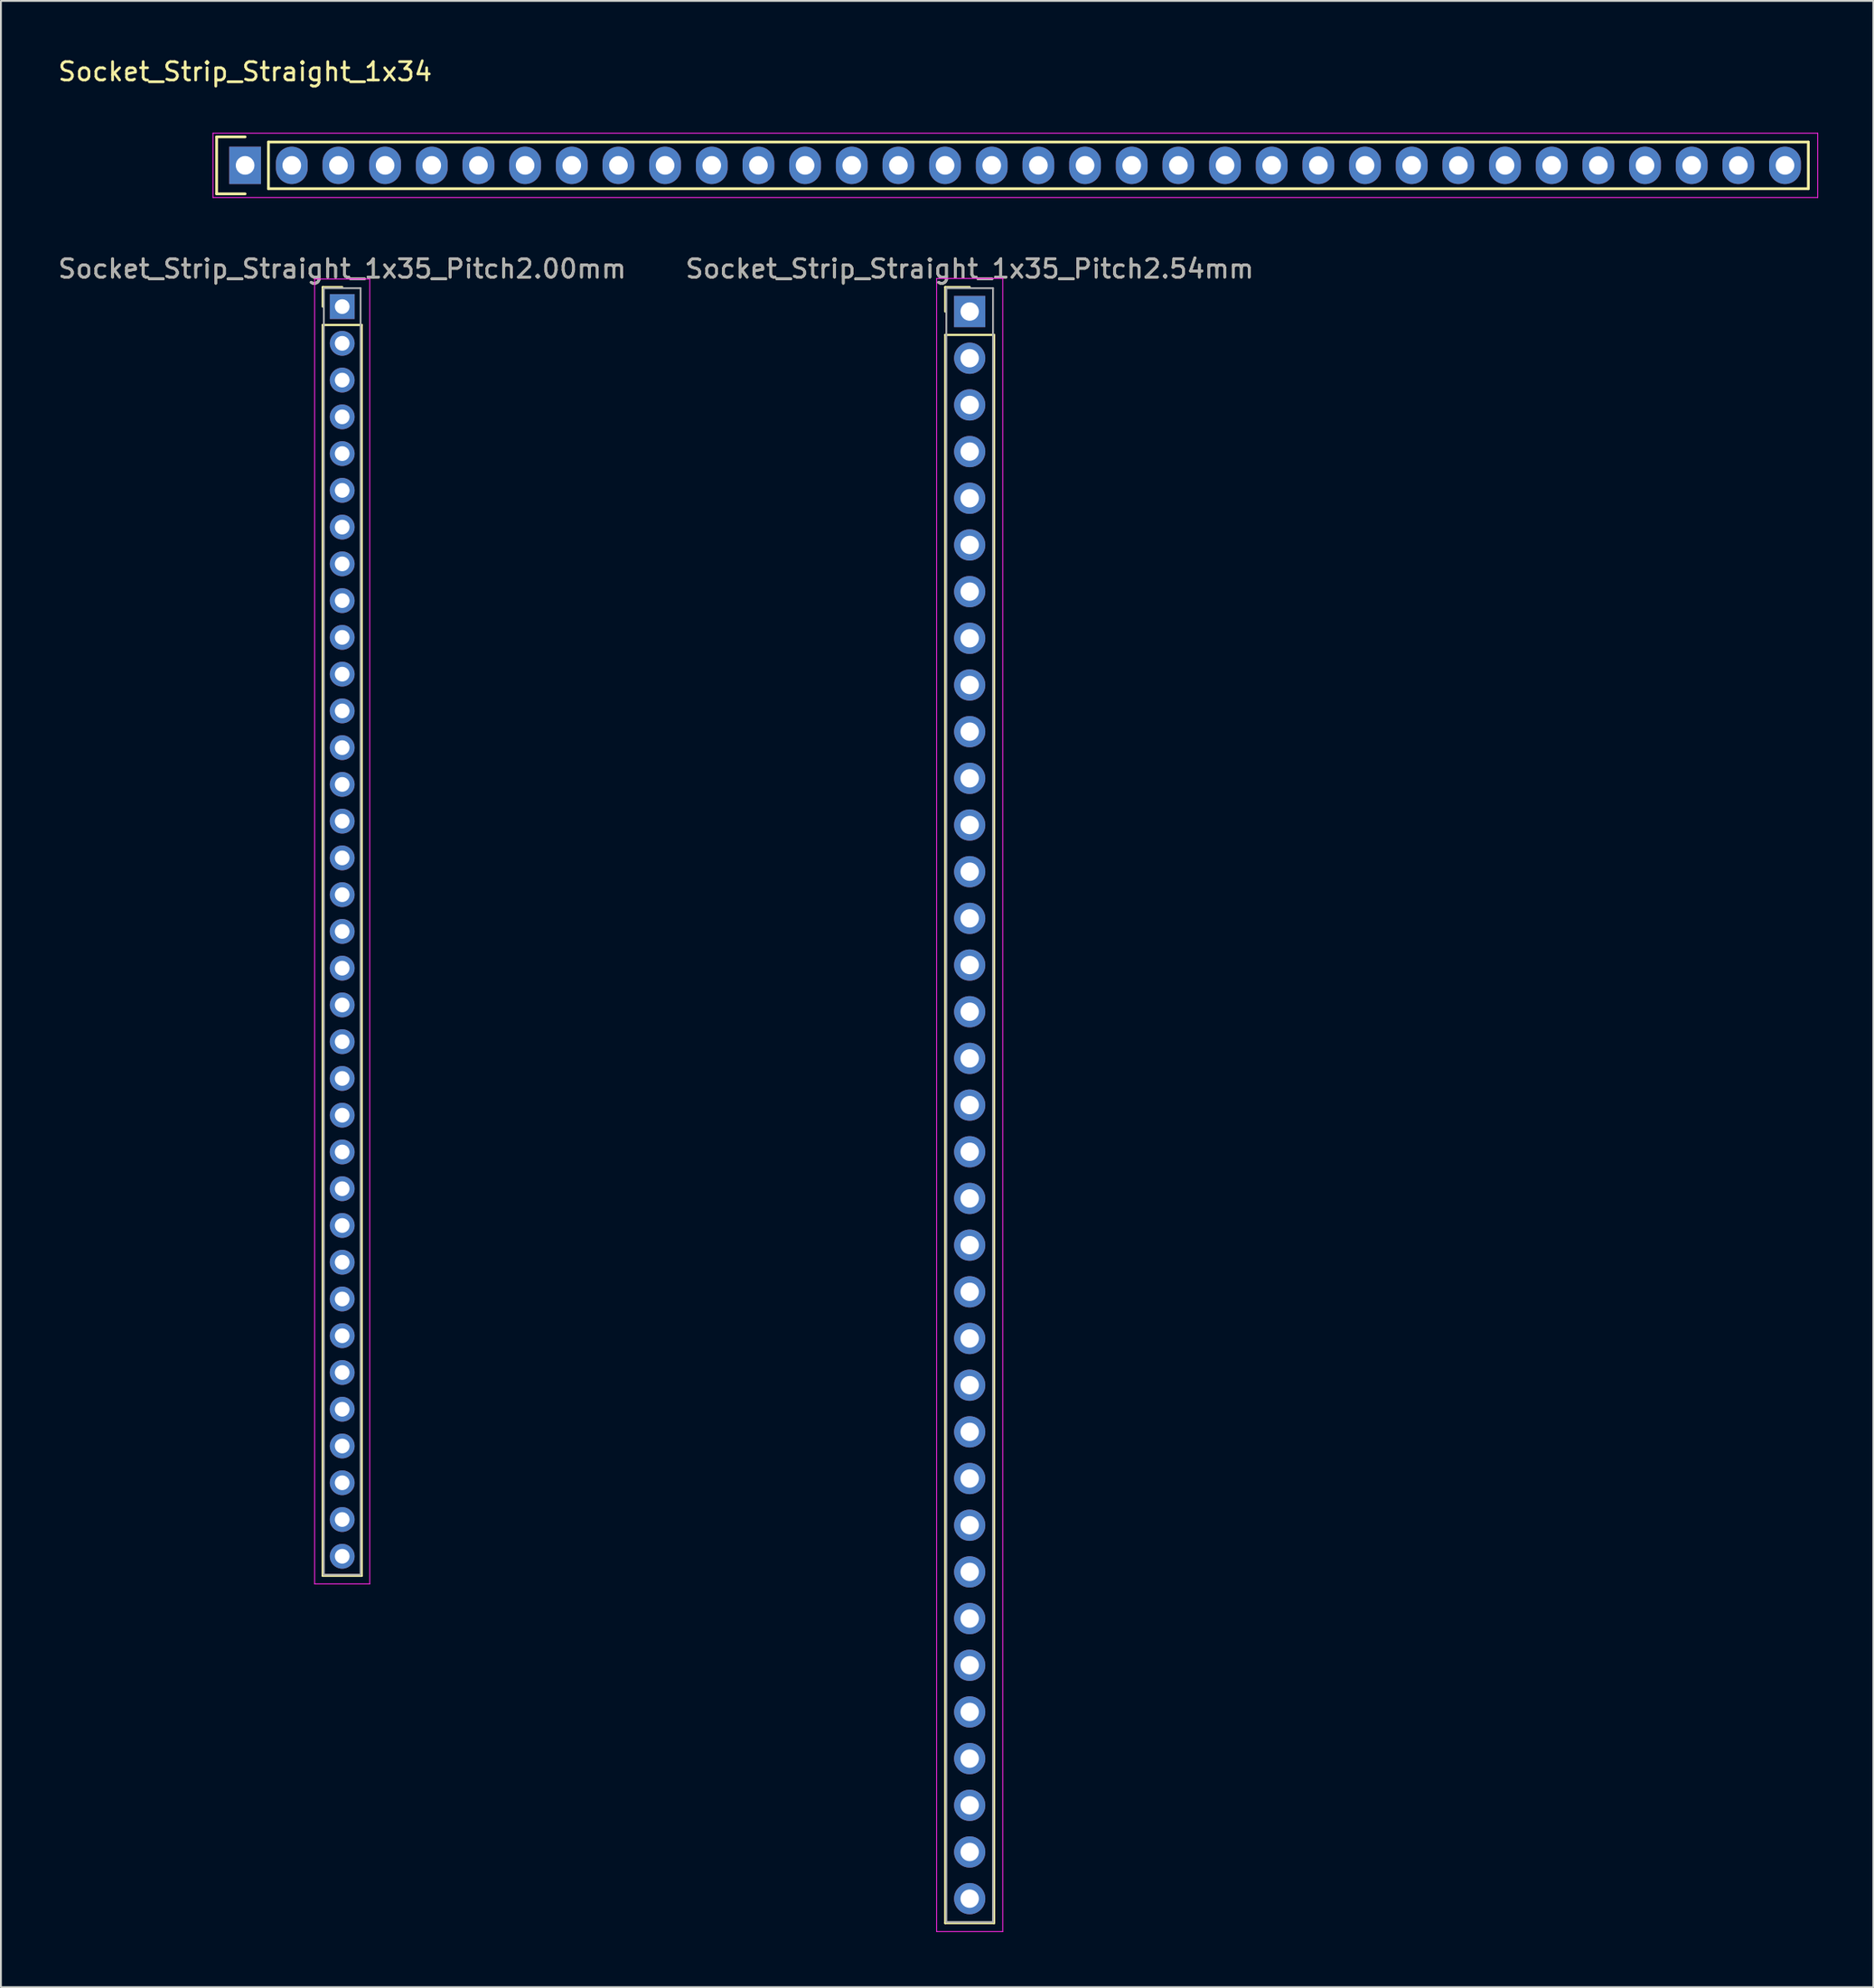
<source format=kicad_pcb>
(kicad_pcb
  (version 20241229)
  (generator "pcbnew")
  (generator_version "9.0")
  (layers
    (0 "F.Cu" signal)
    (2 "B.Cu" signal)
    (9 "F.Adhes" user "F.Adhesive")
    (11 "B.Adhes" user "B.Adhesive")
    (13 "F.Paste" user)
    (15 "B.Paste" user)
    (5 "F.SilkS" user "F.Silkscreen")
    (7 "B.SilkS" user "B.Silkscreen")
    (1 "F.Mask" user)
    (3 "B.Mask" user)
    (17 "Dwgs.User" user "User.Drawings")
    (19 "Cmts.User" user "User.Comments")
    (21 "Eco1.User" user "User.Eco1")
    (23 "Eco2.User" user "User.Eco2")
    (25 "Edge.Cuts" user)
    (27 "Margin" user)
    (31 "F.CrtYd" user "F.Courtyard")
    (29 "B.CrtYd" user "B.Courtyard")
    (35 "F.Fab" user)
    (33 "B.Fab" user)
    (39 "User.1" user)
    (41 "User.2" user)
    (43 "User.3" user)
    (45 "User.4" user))
  (footprint "Socket_Strip_Straight_1x34"
    (layer "F.Cu")
    (at 10.292 5.948)
    (property "Reference" "Socket_Strip_Straight_1x34" (at 0 -5.1 0) (layer "F.SilkS") (effects (font (size 1 1) (thickness 0.15))))
    (attr through_hole)
    (fp_line (start -1.55 -1.55) (end -1.55 1.55) (stroke (width 0.15) (type solid)) (layer "F.SilkS"))
    (fp_line (start -1.55 1.55) (end 0 1.55) (stroke (width 0.15) (type solid)) (layer "F.SilkS"))
    (fp_line (start 0 -1.55) (end -1.55 -1.55) (stroke (width 0.15) (type solid)) (layer "F.SilkS"))
    (fp_line (start 1.27 -1.27) (end 85.09 -1.27) (stroke (width 0.15) (type solid)) (layer "F.SilkS"))
    (fp_line (start 1.27 1.27) (end 1.27 -1.27) (stroke (width 0.15) (type solid)) (layer "F.SilkS"))
    (fp_line (start 85.09 -1.27) (end 85.09 1.27) (stroke (width 0.15) (type solid)) (layer "F.SilkS"))
    (fp_line (start 85.09 1.27) (end 1.27 1.27) (stroke (width 0.15) (type solid)) (layer "F.SilkS"))
    (fp_line (start -1.75 -1.75) (end -1.75 1.75) (stroke (width 0.05) (type solid)) (layer "F.CrtYd"))
    (fp_line (start -1.75 -1.75) (end 85.6 -1.75) (stroke (width 0.05) (type solid)) (layer "F.CrtYd"))
    (fp_line (start -1.75 1.75) (end 85.6 1.75) (stroke (width 0.05) (type solid)) (layer "F.CrtYd"))
    (fp_line (start 85.6 -1.75) (end 85.6 1.75) (stroke (width 0.05) (type solid)) (layer "F.CrtYd"))
    (pad "1" thru_hole rect (at 0 0) (size 1.727 2.032) (drill 1.016) (layers "*.Cu" "*.Mask"))
    (pad "2" thru_hole oval (at 2.54 0) (size 1.727 2.032) (drill 1.016) (layers "*.Cu" "*.Mask"))
    (pad "3" thru_hole oval (at 5.08 0) (size 1.727 2.032) (drill 1.016) (layers "*.Cu" "*.Mask"))
    (pad "4" thru_hole oval (at 7.62 0) (size 1.727 2.032) (drill 1.016) (layers "*.Cu" "*.Mask"))
    (pad "5" thru_hole oval (at 10.16 0) (size 1.727 2.032) (drill 1.016) (layers "*.Cu" "*.Mask"))
    (pad "6" thru_hole oval (at 12.7 0) (size 1.727 2.032) (drill 1.016) (layers "*.Cu" "*.Mask"))
    (pad "7" thru_hole oval (at 15.24 0) (size 1.727 2.032) (drill 1.016) (layers "*.Cu" "*.Mask"))
    (pad "8" thru_hole oval (at 17.78 0) (size 1.727 2.032) (drill 1.016) (layers "*.Cu" "*.Mask"))
    (pad "9" thru_hole oval (at 20.32 0) (size 1.727 2.032) (drill 1.016) (layers "*.Cu" "*.Mask"))
    (pad "10" thru_hole oval (at 22.86 0) (size 1.727 2.032) (drill 1.016) (layers "*.Cu" "*.Mask"))
    (pad "11" thru_hole oval (at 25.4 0) (size 1.727 2.032) (drill 1.016) (layers "*.Cu" "*.Mask"))
    (pad "12" thru_hole oval (at 27.94 0) (size 1.727 2.032) (drill 1.016) (layers "*.Cu" "*.Mask"))
    (pad "13" thru_hole oval (at 30.48 0) (size 1.727 2.032) (drill 1.016) (layers "*.Cu" "*.Mask"))
    (pad "14" thru_hole oval (at 33.02 0) (size 1.727 2.032) (drill 1.016) (layers "*.Cu" "*.Mask"))
    (pad "15" thru_hole oval (at 35.56 0) (size 1.727 2.032) (drill 1.016) (layers "*.Cu" "*.Mask"))
    (pad "16" thru_hole oval (at 38.1 0) (size 1.727 2.032) (drill 1.016) (layers "*.Cu" "*.Mask"))
    (pad "17" thru_hole oval (at 40.64 0) (size 1.727 2.032) (drill 1.016) (layers "*.Cu" "*.Mask"))
    (pad "18" thru_hole oval (at 43.18 0) (size 1.727 2.032) (drill 1.016) (layers "*.Cu" "*.Mask"))
    (pad "19" thru_hole oval (at 45.72 0) (size 1.727 2.032) (drill 1.016) (layers "*.Cu" "*.Mask"))
    (pad "20" thru_hole oval (at 48.26 0) (size 1.727 2.032) (drill 1.016) (layers "*.Cu" "*.Mask"))
    (pad "21" thru_hole oval (at 50.8 0) (size 1.727 2.032) (drill 1.016) (layers "*.Cu" "*.Mask"))
    (pad "22" thru_hole oval (at 53.34 0) (size 1.727 2.032) (drill 1.016) (layers "*.Cu" "*.Mask"))
    (pad "23" thru_hole oval (at 55.88 0) (size 1.727 2.032) (drill 1.016) (layers "*.Cu" "*.Mask"))
    (pad "24" thru_hole oval (at 58.42 0) (size 1.727 2.032) (drill 1.016) (layers "*.Cu" "*.Mask"))
    (pad "25" thru_hole oval (at 60.96 0) (size 1.727 2.032) (drill 1.016) (layers "*.Cu" "*.Mask"))
    (pad "26" thru_hole oval (at 63.5 0) (size 1.727 2.032) (drill 1.016) (layers "*.Cu" "*.Mask"))
    (pad "27" thru_hole oval (at 66.04 0) (size 1.727 2.032) (drill 1.016) (layers "*.Cu" "*.Mask"))
    (pad "28" thru_hole oval (at 68.58 0) (size 1.727 2.032) (drill 1.016) (layers "*.Cu" "*.Mask"))
    (pad "29" thru_hole oval (at 71.12 0) (size 1.727 2.032) (drill 1.016) (layers "*.Cu" "*.Mask"))
    (pad "30" thru_hole oval (at 73.66 0) (size 1.727 2.032) (drill 1.016) (layers "*.Cu" "*.Mask"))
    (pad "31" thru_hole oval (at 76.2 0) (size 1.727 2.032) (drill 1.016) (layers "*.Cu" "*.Mask"))
    (pad "32" thru_hole oval (at 78.74 0) (size 1.727 2.032) (drill 1.016) (layers "*.Cu" "*.Mask"))
    (pad "33" thru_hole oval (at 81.28 0) (size 1.727 2.032) (drill 1.016) (layers "*.Cu" "*.Mask"))
    (pad "34" thru_hole oval (at 83.82 0) (size 1.727 2.032) (drill 1.016) (layers "*.Cu" "*.Mask")))
  (footprint "Socket_Strip_Straight_1x35_Pitch2.54mm"
    (layer "F.Cu")
    (at 49.732 13.902)
    (property "Reference" "Socket_Strip_Straight_1x35_Pitch2.54mm" (at 0 -2.33 0) (layer "F.SilkS") (effects (font (size 1 1) (thickness 0.15))))
    (attr through_hole)
    (fp_line (start -1.33 -1.33) (end 0 -1.33) (stroke (width 0.12) (type solid)) (layer "F.SilkS"))
    (fp_line (start -1.33 0) (end -1.33 -1.33) (stroke (width 0.12) (type solid)) (layer "F.SilkS"))
    (fp_line (start -1.33 1.27) (end -1.33 87.69) (stroke (width 0.12) (type solid)) (layer "F.SilkS"))
    (fp_line (start -1.33 87.69) (end 1.33 87.69) (stroke (width 0.12) (type solid)) (layer "F.SilkS"))
    (fp_line (start 1.33 1.27) (end -1.33 1.27) (stroke (width 0.12) (type solid)) (layer "F.SilkS"))
    (fp_line (start 1.33 87.69) (end 1.33 1.27) (stroke (width 0.12) (type solid)) (layer "F.SilkS"))
    (fp_line (start -1.8 -1.8) (end -1.8 88.15) (stroke (width 0.05) (type solid)) (layer "F.CrtYd"))
    (fp_line (start -1.8 88.15) (end 1.8 88.15) (stroke (width 0.05) (type solid)) (layer "F.CrtYd"))
    (fp_line (start 1.8 -1.8) (end -1.8 -1.8) (stroke (width 0.05) (type solid)) (layer "F.CrtYd"))
    (fp_line (start 1.8 88.15) (end 1.8 -1.8) (stroke (width 0.05) (type solid)) (layer "F.CrtYd"))
    (fp_line (start -1.27 -1.27) (end -1.27 87.63) (stroke (width 0.1) (type solid)) (layer "F.Fab"))
    (fp_line (start -1.27 87.63) (end 1.27 87.63) (stroke (width 0.1) (type solid)) (layer "F.Fab"))
    (fp_line (start 1.27 -1.27) (end -1.27 -1.27) (stroke (width 0.1) (type solid)) (layer "F.Fab"))
    (fp_line (start 1.27 87.63) (end 1.27 -1.27) (stroke (width 0.1) (type solid)) (layer "F.Fab"))
    (fp_text user "${REFERENCE}" (at 0 -2.33 0) (layer "F.Fab") (effects (font (size 1 1) (thickness 0.15))))
    (pad "1" thru_hole rect (at 0 0) (size 1.7 1.7) (drill 1) (layers "*.Cu" "*.Mask"))
    (pad "2" thru_hole oval (at 0 2.54) (size 1.7 1.7) (drill 1) (layers "*.Cu" "*.Mask"))
    (pad "3" thru_hole oval (at 0 5.08) (size 1.7 1.7) (drill 1) (layers "*.Cu" "*.Mask"))
    (pad "4" thru_hole oval (at 0 7.62) (size 1.7 1.7) (drill 1) (layers "*.Cu" "*.Mask"))
    (pad "5" thru_hole oval (at 0 10.16) (size 1.7 1.7) (drill 1) (layers "*.Cu" "*.Mask"))
    (pad "6" thru_hole oval (at 0 12.7) (size 1.7 1.7) (drill 1) (layers "*.Cu" "*.Mask"))
    (pad "7" thru_hole oval (at 0 15.24) (size 1.7 1.7) (drill 1) (layers "*.Cu" "*.Mask"))
    (pad "8" thru_hole oval (at 0 17.78) (size 1.7 1.7) (drill 1) (layers "*.Cu" "*.Mask"))
    (pad "9" thru_hole oval (at 0 20.32) (size 1.7 1.7) (drill 1) (layers "*.Cu" "*.Mask"))
    (pad "10" thru_hole oval (at 0 22.86) (size 1.7 1.7) (drill 1) (layers "*.Cu" "*.Mask"))
    (pad "11" thru_hole oval (at 0 25.4) (size 1.7 1.7) (drill 1) (layers "*.Cu" "*.Mask"))
    (pad "12" thru_hole oval (at 0 27.94) (size 1.7 1.7) (drill 1) (layers "*.Cu" "*.Mask"))
    (pad "13" thru_hole oval (at 0 30.48) (size 1.7 1.7) (drill 1) (layers "*.Cu" "*.Mask"))
    (pad "14" thru_hole oval (at 0 33.02) (size 1.7 1.7) (drill 1) (layers "*.Cu" "*.Mask"))
    (pad "15" thru_hole oval (at 0 35.56) (size 1.7 1.7) (drill 1) (layers "*.Cu" "*.Mask"))
    (pad "16" thru_hole oval (at 0 38.1) (size 1.7 1.7) (drill 1) (layers "*.Cu" "*.Mask"))
    (pad "17" thru_hole oval (at 0 40.64) (size 1.7 1.7) (drill 1) (layers "*.Cu" "*.Mask"))
    (pad "18" thru_hole oval (at 0 43.18) (size 1.7 1.7) (drill 1) (layers "*.Cu" "*.Mask"))
    (pad "19" thru_hole oval (at 0 45.72) (size 1.7 1.7) (drill 1) (layers "*.Cu" "*.Mask"))
    (pad "20" thru_hole oval (at 0 48.26) (size 1.7 1.7) (drill 1) (layers "*.Cu" "*.Mask"))
    (pad "21" thru_hole oval (at 0 50.8) (size 1.7 1.7) (drill 1) (layers "*.Cu" "*.Mask"))
    (pad "22" thru_hole oval (at 0 53.34) (size 1.7 1.7) (drill 1) (layers "*.Cu" "*.Mask"))
    (pad "23" thru_hole oval (at 0 55.88) (size 1.7 1.7) (drill 1) (layers "*.Cu" "*.Mask"))
    (pad "24" thru_hole oval (at 0 58.42) (size 1.7 1.7) (drill 1) (layers "*.Cu" "*.Mask"))
    (pad "25" thru_hole oval (at 0 60.96) (size 1.7 1.7) (drill 1) (layers "*.Cu" "*.Mask"))
    (pad "26" thru_hole oval (at 0 63.5) (size 1.7 1.7) (drill 1) (layers "*.Cu" "*.Mask"))
    (pad "27" thru_hole oval (at 0 66.04) (size 1.7 1.7) (drill 1) (layers "*.Cu" "*.Mask"))
    (pad "28" thru_hole oval (at 0 68.58) (size 1.7 1.7) (drill 1) (layers "*.Cu" "*.Mask"))
    (pad "29" thru_hole oval (at 0 71.12) (size 1.7 1.7) (drill 1) (layers "*.Cu" "*.Mask"))
    (pad "30" thru_hole oval (at 0 73.66) (size 1.7 1.7) (drill 1) (layers "*.Cu" "*.Mask"))
    (pad "31" thru_hole oval (at 0 76.2) (size 1.7 1.7) (drill 1) (layers "*.Cu" "*.Mask"))
    (pad "32" thru_hole oval (at 0 78.74) (size 1.7 1.7) (drill 1) (layers "*.Cu" "*.Mask"))
    (pad "33" thru_hole oval (at 0 81.28) (size 1.7 1.7) (drill 1) (layers "*.Cu" "*.Mask"))
    (pad "34" thru_hole oval (at 0 83.82) (size 1.7 1.7) (drill 1) (layers "*.Cu" "*.Mask"))
    (pad "35" thru_hole oval (at 0 86.36) (size 1.7 1.7) (drill 1) (layers "*.Cu" "*.Mask")))
  (footprint "Socket_Strip_Straight_1x35_Pitch2.00mm"
    (layer "F.Cu")
    (at 15.577 13.632)
    (property "Reference" "Socket_Strip_Straight_1x35_Pitch2.00mm" (at 0 -2.06 0) (layer "F.SilkS") (effects (font (size 1 1) (thickness 0.15))))
    (attr through_hole)
    (fp_line (start -1.06 -1.06) (end 0 -1.06) (stroke (width 0.12) (type solid)) (layer "F.SilkS"))
    (fp_line (start -1.06 0) (end -1.06 -1.06) (stroke (width 0.12) (type solid)) (layer "F.SilkS"))
    (fp_line (start -1.06 1) (end -1.06 69.06) (stroke (width 0.12) (type solid)) (layer "F.SilkS"))
    (fp_line (start -1.06 69.06) (end 1.06 69.06) (stroke (width 0.12) (type solid)) (layer "F.SilkS"))
    (fp_line (start 1.06 1) (end -1.06 1) (stroke (width 0.12) (type solid)) (layer "F.SilkS"))
    (fp_line (start 1.06 69.06) (end 1.06 1) (stroke (width 0.12) (type solid)) (layer "F.SilkS"))
    (fp_line (start -1.5 -1.5) (end -1.5 69.5) (stroke (width 0.05) (type solid)) (layer "F.CrtYd"))
    (fp_line (start -1.5 69.5) (end 1.5 69.5) (stroke (width 0.05) (type solid)) (layer "F.CrtYd"))
    (fp_line (start 1.5 -1.5) (end -1.5 -1.5) (stroke (width 0.05) (type solid)) (layer "F.CrtYd"))
    (fp_line (start 1.5 69.5) (end 1.5 -1.5) (stroke (width 0.05) (type solid)) (layer "F.CrtYd"))
    (fp_line (start -1 -1) (end -1 69) (stroke (width 0.1) (type solid)) (layer "F.Fab"))
    (fp_line (start -1 69) (end 1 69) (stroke (width 0.1) (type solid)) (layer "F.Fab"))
    (fp_line (start 1 -1) (end -1 -1) (stroke (width 0.1) (type solid)) (layer "F.Fab"))
    (fp_line (start 1 69) (end 1 -1) (stroke (width 0.1) (type solid)) (layer "F.Fab"))
    (fp_text user "${REFERENCE}" (at 0 -2.06 0) (layer "F.Fab") (effects (font (size 1 1) (thickness 0.15))))
    (pad "1" thru_hole rect (at 0 0) (size 1.35 1.35) (drill 0.8) (layers "*.Cu" "*.Mask"))
    (pad "2" thru_hole oval (at 0 2) (size 1.35 1.35) (drill 0.8) (layers "*.Cu" "*.Mask"))
    (pad "3" thru_hole oval (at 0 4) (size 1.35 1.35) (drill 0.8) (layers "*.Cu" "*.Mask"))
    (pad "4" thru_hole oval (at 0 6) (size 1.35 1.35) (drill 0.8) (layers "*.Cu" "*.Mask"))
    (pad "5" thru_hole oval (at 0 8) (size 1.35 1.35) (drill 0.8) (layers "*.Cu" "*.Mask"))
    (pad "6" thru_hole oval (at 0 10) (size 1.35 1.35) (drill 0.8) (layers "*.Cu" "*.Mask"))
    (pad "7" thru_hole oval (at 0 12) (size 1.35 1.35) (drill 0.8) (layers "*.Cu" "*.Mask"))
    (pad "8" thru_hole oval (at 0 14) (size 1.35 1.35) (drill 0.8) (layers "*.Cu" "*.Mask"))
    (pad "9" thru_hole oval (at 0 16) (size 1.35 1.35) (drill 0.8) (layers "*.Cu" "*.Mask"))
    (pad "10" thru_hole oval (at 0 18) (size 1.35 1.35) (drill 0.8) (layers "*.Cu" "*.Mask"))
    (pad "11" thru_hole oval (at 0 20) (size 1.35 1.35) (drill 0.8) (layers "*.Cu" "*.Mask"))
    (pad "12" thru_hole oval (at 0 22) (size 1.35 1.35) (drill 0.8) (layers "*.Cu" "*.Mask"))
    (pad "13" thru_hole oval (at 0 24) (size 1.35 1.35) (drill 0.8) (layers "*.Cu" "*.Mask"))
    (pad "14" thru_hole oval (at 0 26) (size 1.35 1.35) (drill 0.8) (layers "*.Cu" "*.Mask"))
    (pad "15" thru_hole oval (at 0 28) (size 1.35 1.35) (drill 0.8) (layers "*.Cu" "*.Mask"))
    (pad "16" thru_hole oval (at 0 30) (size 1.35 1.35) (drill 0.8) (layers "*.Cu" "*.Mask"))
    (pad "17" thru_hole oval (at 0 32) (size 1.35 1.35) (drill 0.8) (layers "*.Cu" "*.Mask"))
    (pad "18" thru_hole oval (at 0 34) (size 1.35 1.35) (drill 0.8) (layers "*.Cu" "*.Mask"))
    (pad "19" thru_hole oval (at 0 36) (size 1.35 1.35) (drill 0.8) (layers "*.Cu" "*.Mask"))
    (pad "20" thru_hole oval (at 0 38) (size 1.35 1.35) (drill 0.8) (layers "*.Cu" "*.Mask"))
    (pad "21" thru_hole oval (at 0 40) (size 1.35 1.35) (drill 0.8) (layers "*.Cu" "*.Mask"))
    (pad "22" thru_hole oval (at 0 42) (size 1.35 1.35) (drill 0.8) (layers "*.Cu" "*.Mask"))
    (pad "23" thru_hole oval (at 0 44) (size 1.35 1.35) (drill 0.8) (layers "*.Cu" "*.Mask"))
    (pad "24" thru_hole oval (at 0 46) (size 1.35 1.35) (drill 0.8) (layers "*.Cu" "*.Mask"))
    (pad "25" thru_hole oval (at 0 48) (size 1.35 1.35) (drill 0.8) (layers "*.Cu" "*.Mask"))
    (pad "26" thru_hole oval (at 0 50) (size 1.35 1.35) (drill 0.8) (layers "*.Cu" "*.Mask"))
    (pad "27" thru_hole oval (at 0 52) (size 1.35 1.35) (drill 0.8) (layers "*.Cu" "*.Mask"))
    (pad "28" thru_hole oval (at 0 54) (size 1.35 1.35) (drill 0.8) (layers "*.Cu" "*.Mask"))
    (pad "29" thru_hole oval (at 0 56) (size 1.35 1.35) (drill 0.8) (layers "*.Cu" "*.Mask"))
    (pad "30" thru_hole oval (at 0 58) (size 1.35 1.35) (drill 0.8) (layers "*.Cu" "*.Mask"))
    (pad "31" thru_hole oval (at 0 60) (size 1.35 1.35) (drill 0.8) (layers "*.Cu" "*.Mask"))
    (pad "32" thru_hole oval (at 0 62) (size 1.35 1.35) (drill 0.8) (layers "*.Cu" "*.Mask"))
    (pad "33" thru_hole oval (at 0 64) (size 1.35 1.35) (drill 0.8) (layers "*.Cu" "*.Mask"))
    (pad "34" thru_hole oval (at 0 66) (size 1.35 1.35) (drill 0.8) (layers "*.Cu" "*.Mask"))
    (pad "35" thru_hole oval (at 0 68) (size 1.35 1.35) (drill 0.8) (layers "*.Cu" "*.Mask")))
  (gr_rect
    (start -3 -3)
    (end 98.917 105.076)
    (stroke (width 0.1) (type default))
    (fill no)
    (layer "Edge.Cuts")))
</source>
